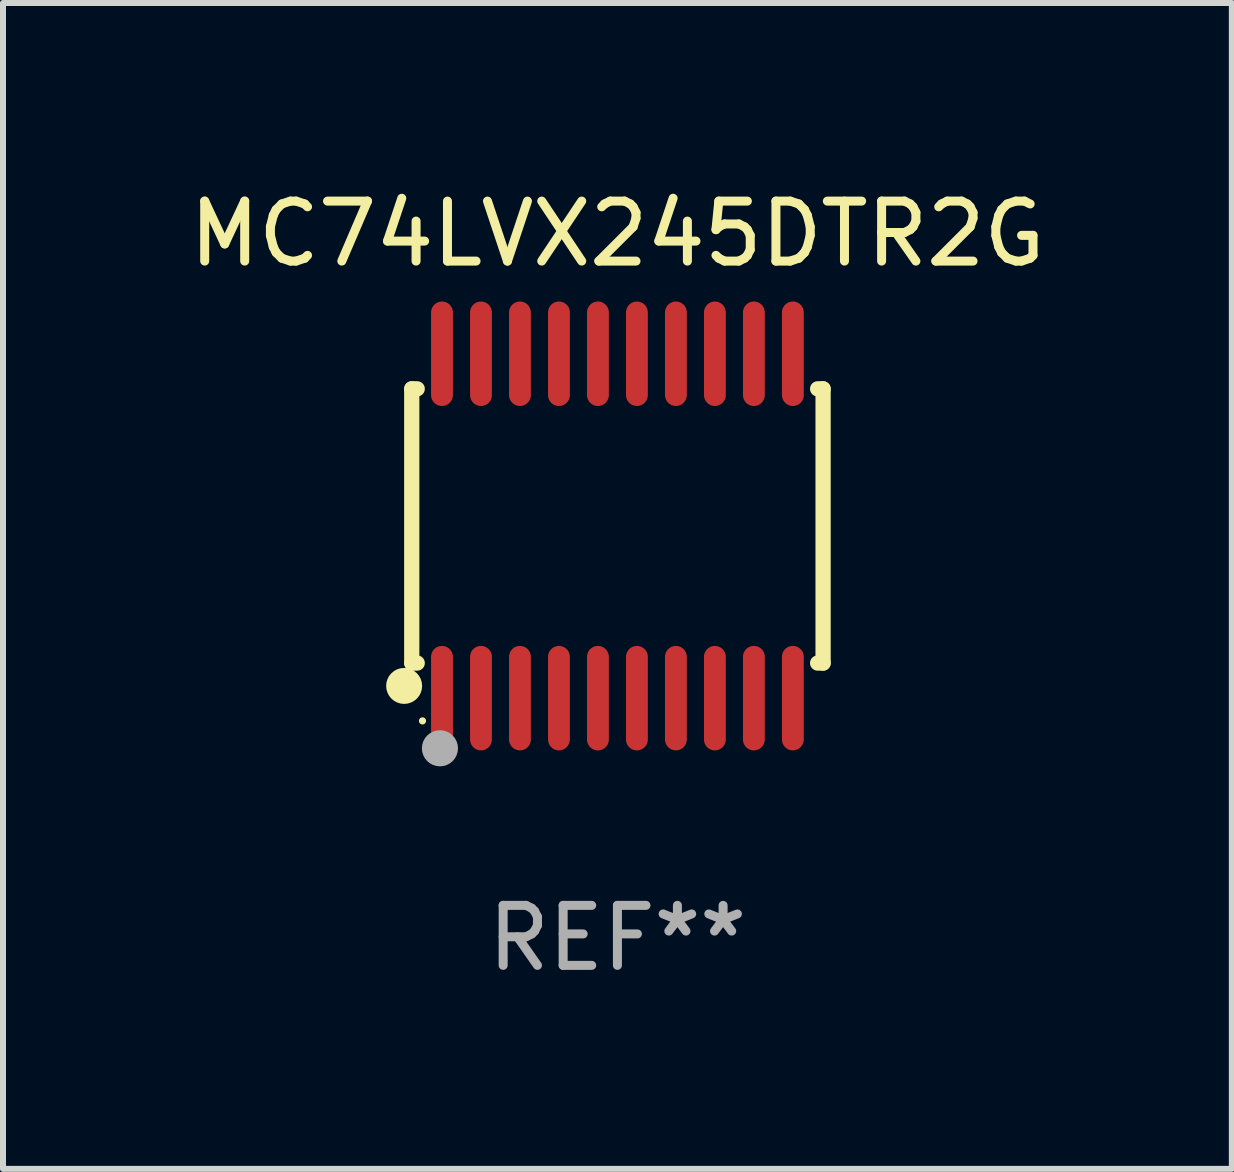
<source format=kicad_pcb>
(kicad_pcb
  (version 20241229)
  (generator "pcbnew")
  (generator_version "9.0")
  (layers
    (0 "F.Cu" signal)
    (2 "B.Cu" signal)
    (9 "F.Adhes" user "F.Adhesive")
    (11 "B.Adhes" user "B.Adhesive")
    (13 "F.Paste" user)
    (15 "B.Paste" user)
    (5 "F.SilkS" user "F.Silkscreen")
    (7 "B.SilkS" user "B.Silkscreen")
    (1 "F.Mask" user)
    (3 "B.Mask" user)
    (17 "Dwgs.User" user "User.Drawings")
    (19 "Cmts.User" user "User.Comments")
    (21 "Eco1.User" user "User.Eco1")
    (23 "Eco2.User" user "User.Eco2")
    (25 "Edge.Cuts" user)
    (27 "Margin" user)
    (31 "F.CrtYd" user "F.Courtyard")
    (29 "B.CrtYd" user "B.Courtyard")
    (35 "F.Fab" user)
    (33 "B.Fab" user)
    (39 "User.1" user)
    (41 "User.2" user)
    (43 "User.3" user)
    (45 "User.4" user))
  (footprint "MC74LVX245DTR2G"
    (layer "F.Cu")
    (at 7.244 5.719)
    (property "Reference" "MC74LVX245DTR2G" (at 0 -4.871 0) (layer "F.SilkS") (effects (font (size 1 1) (thickness 0.15))))
    (attr through_hole)
    (fp_line (start -3.429 -2.286) (end -3.429 2.286) (stroke (width 0.254) (type solid)) (layer "F.SilkS"))
    (fp_line (start -3.429 2.286) (end -3.338 2.286) (stroke (width 0.254) (type solid)) (layer "F.SilkS"))
    (fp_line (start -3.338 -2.286) (end -3.429 -2.286) (stroke (width 0.254) (type solid)) (layer "F.SilkS"))
    (fp_line (start 3.338 -2.286) (end 3.429 -2.286) (stroke (width 0.254) (type solid)) (layer "F.SilkS"))
    (fp_line (start 3.429 -2.286) (end 3.429 2.286) (stroke (width 0.254) (type solid)) (layer "F.SilkS"))
    (fp_line (start 3.429 2.286) (end 3.338 2.286) (stroke (width 0.254) (type solid)) (layer "F.SilkS"))
    (fp_circle (center -3.556 2.667) (end -3.406 2.667) (stroke (width 0.3) (type solid)) (fill no) (layer "F.SilkS"))
    (fp_circle (center -3.25 3.25) (end -3.22 3.25) (stroke (width 0.06) (type solid)) (fill no) (layer "F.SilkS"))
    (fp_circle (center -2.959 3.707) (end -2.808 3.707) (stroke (width 0.3) (type solid)) (fill no) (layer "F.Fab"))
    (fp_text user "REF**" (at 0 6.871 0) (layer "F.Fab") (effects (font (size 1 1) (thickness 0.15))))
    (pad "1" smd oval (at -2.925 2.871) (size 0.364 1.742) (layers "F.Cu" "F.Mask" "F.Paste"))
    (pad "2" smd oval (at -2.275 2.871) (size 0.364 1.742) (layers "F.Cu" "F.Mask" "F.Paste"))
    (pad "3" smd oval (at -1.625 2.871) (size 0.364 1.742) (layers "F.Cu" "F.Mask" "F.Paste"))
    (pad "4" smd oval (at -0.975 2.871) (size 0.364 1.742) (layers "F.Cu" "F.Mask" "F.Paste"))
    (pad "5" smd oval (at -0.325 2.871) (size 0.364 1.742) (layers "F.Cu" "F.Mask" "F.Paste"))
    (pad "6" smd oval (at 0.325 2.871) (size 0.364 1.742) (layers "F.Cu" "F.Mask" "F.Paste"))
    (pad "7" smd oval (at 0.975 2.871) (size 0.364 1.742) (layers "F.Cu" "F.Mask" "F.Paste"))
    (pad "8" smd oval (at 1.625 2.871) (size 0.364 1.742) (layers "F.Cu" "F.Mask" "F.Paste"))
    (pad "9" smd oval (at 2.275 2.871) (size 0.364 1.742) (layers "F.Cu" "F.Mask" "F.Paste"))
    (pad "10" smd oval (at 2.925 2.871) (size 0.364 1.742) (layers "F.Cu" "F.Mask" "F.Paste"))
    (pad "11" smd oval (at 2.925 -2.871) (size 0.364 1.742) (layers "F.Cu" "F.Mask" "F.Paste"))
    (pad "12" smd oval (at 2.275 -2.871) (size 0.364 1.742) (layers "F.Cu" "F.Mask" "F.Paste"))
    (pad "13" smd oval (at 1.625 -2.871) (size 0.364 1.742) (layers "F.Cu" "F.Mask" "F.Paste"))
    (pad "14" smd oval (at 0.975 -2.871) (size 0.364 1.742) (layers "F.Cu" "F.Mask" "F.Paste"))
    (pad "15" smd oval (at 0.325 -2.871) (size 0.364 1.742) (layers "F.Cu" "F.Mask" "F.Paste"))
    (pad "16" smd oval (at -0.325 -2.871) (size 0.364 1.742) (layers "F.Cu" "F.Mask" "F.Paste"))
    (pad "17" smd oval (at -0.975 -2.871) (size 0.364 1.742) (layers "F.Cu" "F.Mask" "F.Paste"))
    (pad "18" smd oval (at -1.625 -2.871) (size 0.364 1.742) (layers "F.Cu" "F.Mask" "F.Paste"))
    (pad "19" smd oval (at -2.275 -2.871) (size 0.364 1.742) (layers "F.Cu" "F.Mask" "F.Paste"))
    (pad "20" smd oval (at -2.925 -2.871) (size 0.364 1.742) (layers "F.Cu" "F.Mask" "F.Paste")))
  (gr_rect
    (start -3 -3)
    (end 17.488 16.438)
    (stroke (width 0.1) (type default))
    (fill no)
    (layer "Edge.Cuts")))
</source>
